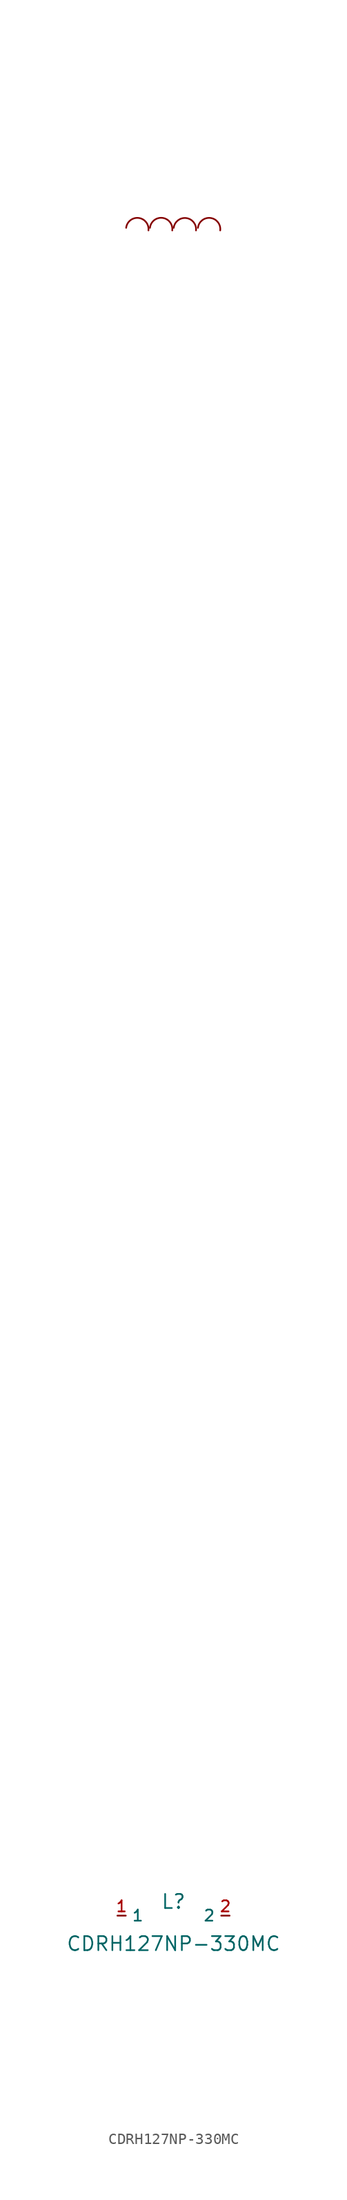
<source format=kicad_sym>
(kicad_symbol_lib
  (version 20210201)
  (generator TousstNicolas/JLC2KiCad_lib)
  (symbol "CDRH127NP-330MC"
    (property "Reference" "L"
      (at 0 1.27 0)
      (effects (font (size 1.27 1.27))))
    (property "Value" "CDRH127NP-330MC"
      (at 0 -2.54 0)
      (effects (font (size 1.27 1.27))))
    (symbol "CDRH127NP-330MC_0_1"
      (pin unspecified line (at 5.08 -0.0 180) (length 0.762) (name "2" (effects (font (size 1 1)))) (number "2" (effects (font (size 1 1)))))
      (pin unspecified line (at -5.08 -0.0 0) (length 0.762) (name "1" (effects (font (size 1 1)))) (number "1" (effects (font (size 1 1)))))
      (arc (start -2.2674329047940223 152.2661993749378) (mid -3.1590111605613322 153.3929684160086) (end -4.285780201632179 152.50139016024133) (stroke (width 0) (type default) (color 0 0 0 0)) (fill (type none)))
      (arc (start -0.11354180781655247 152.26464496392856) (mid -1.0048024524285284 153.3916652601437) (end -2.131822737142127 152.50040460098776) (stroke (width 0) (type default) (color 0 0 0 0)) (fill (type none)))
      (arc (start 2.0378424949520313 152.26464496392856) (mid 1.1465818503400553 153.3916652601437) (end 0.019561565626456494 152.50040460098776) (stroke (width 0) (type default) (color 0 0 0 0)) (fill (type none)))
      (arc (start 4.231170015864312 152.26619907095466) (mid 3.3395921290251422 153.39296842066645) (end 2.212822795584769 152.5013905132636) (stroke (width 0) (type default) (color 0 0 0 0)) (fill (type none))))))
</source>
